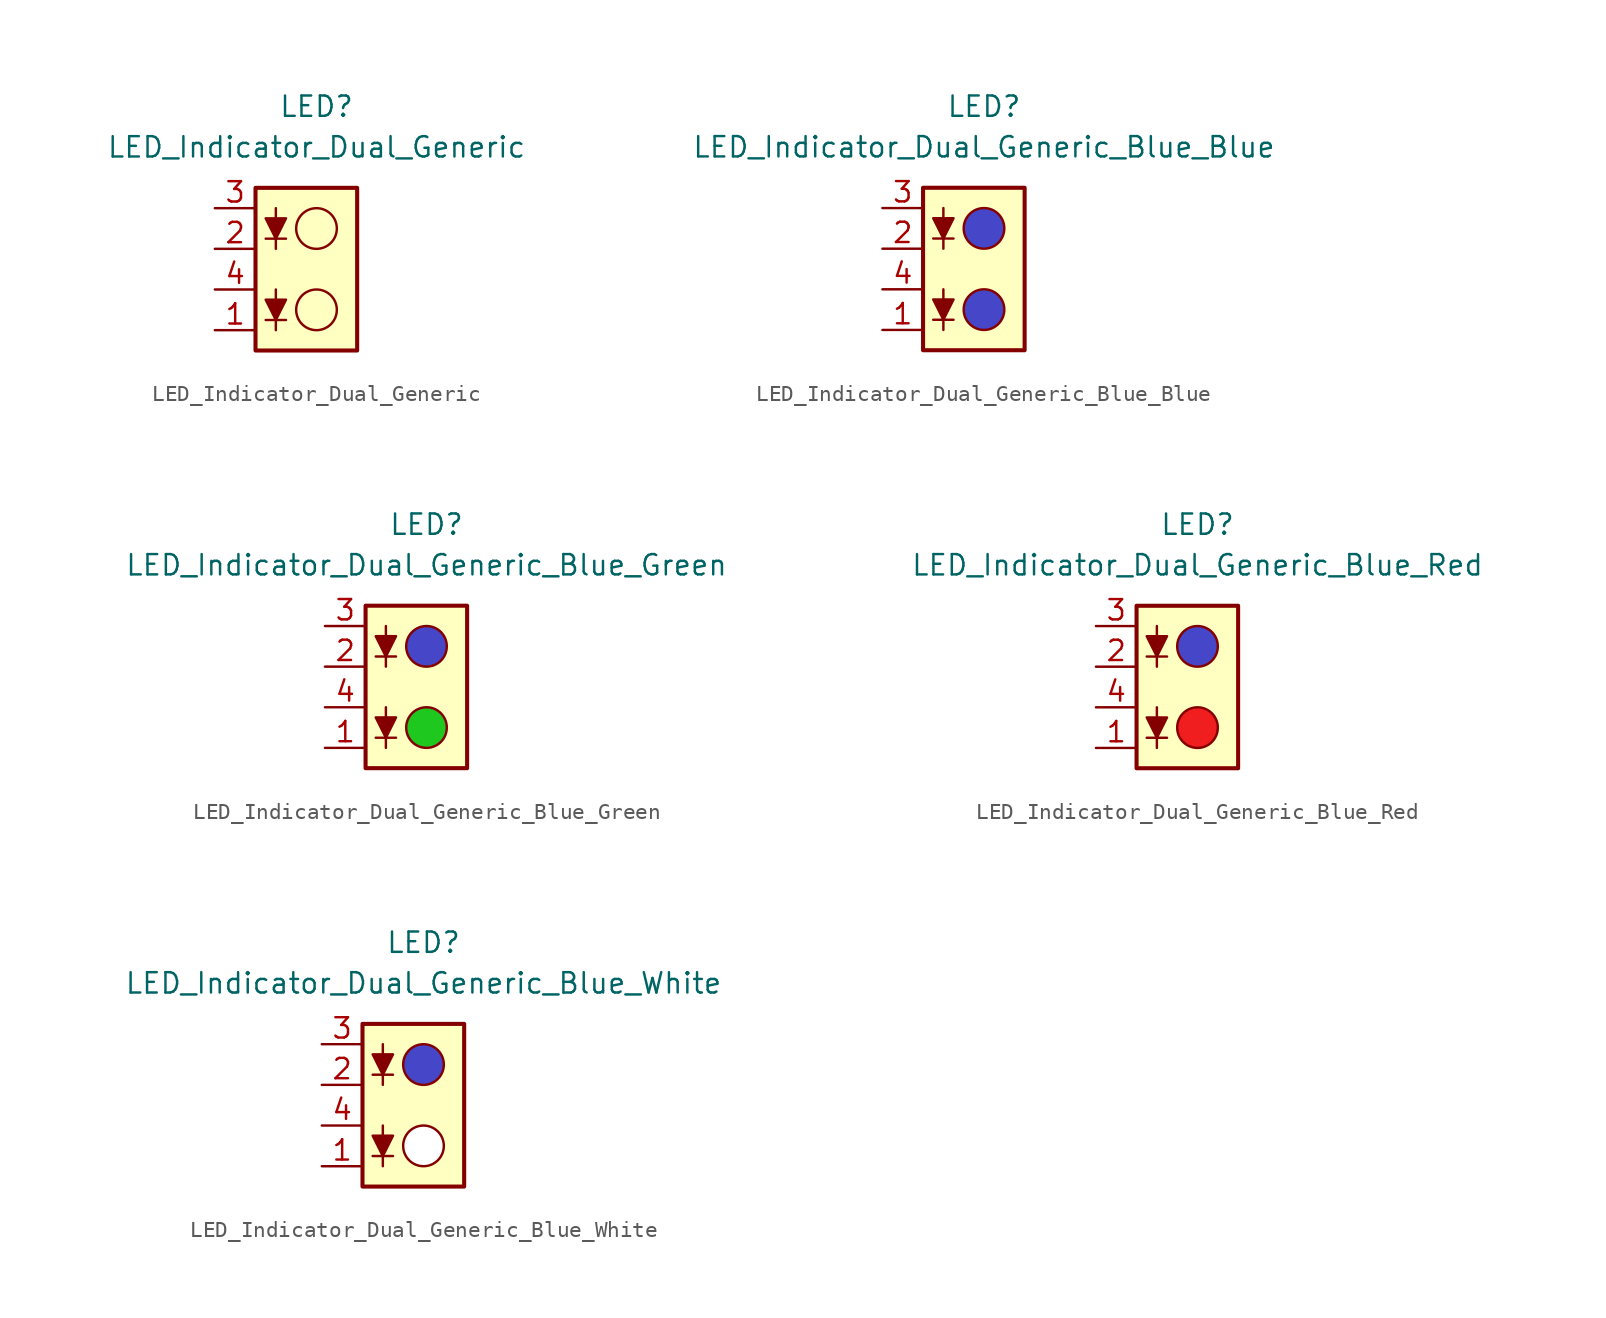
<source format=kicad_sym>
(kicad_symbol_lib
  (version 20231120)
  (generator "kicad_symbol_editor")
  (generator_version "8.0")
  (symbol "LED_Indicator_Dual_Generic"
    (pin_names
      (offset 1.016) hide)
    (property "Reference" "LED"
      (at 0 10.16 0)
      (effects (font (size 1.27 1.27))))
    (property "Value" "LED_Indicator_Dual_Generic"
      (at 0 7.62 0)
      (effects (font (size 1.27 1.27))))
    (symbol "LED_Indicator_Dual_Generic_0_1"
      (rectangle (start -3.81 5.08) (end 2.54 -5.08) (stroke (width 0.254) (type default)) (fill (type background)))
      (circle (center 0 -2.54) (radius 1.27) (stroke (width 0) (type default)) (fill (type none)))
      (polyline (pts (xy -3.175 -3.175) (xy -1.905 -3.175)) (stroke (width 0) (type default)) (fill (type none)))
      (polyline (pts (xy -3.175 1.905) (xy -1.905 1.905)) (stroke (width 0) (type default)) (fill (type none)))
      (polyline (pts (xy -2.54 -1.27) (xy -2.54 -3.81)) (stroke (width 0) (type default)) (fill (type none)))
      (polyline (pts (xy -2.54 3.81) (xy -2.54 1.27)) (stroke (width 0) (type default)) (fill (type none)))
      (polyline (pts (xy -2.54 -3.175) (xy -3.175 -1.905) (xy -1.905 -1.905) (xy -2.54 -3.175)) (stroke (width 0) (type default)) (fill (type outline)))
      (polyline (pts (xy -2.54 1.905) (xy -3.175 3.175) (xy -1.905 3.175) (xy -2.54 1.905)) (stroke (width 0) (type default)) (fill (type outline)))
      (circle (center 0 2.54) (radius 1.27) (stroke (width 0) (type default)) (fill (type none))))
    (symbol "LED_Indicator_Dual_Generic_1_1"
      (pin passive line (at -6.35 -3.81 0) (length 2.54) (name "K1" (effects (font (size 1.27 1.27)))) (number "1" (effects (font (size 1.27 1.27)))))
      (pin passive line (at -6.35 1.27 0) (length 2.54) (name "K2" (effects (font (size 1.27 1.27)))) (number "2" (effects (font (size 1.27 1.27)))))
      (pin passive line (at -6.35 3.81 0) (length 2.54) (name "A2" (effects (font (size 1.27 1.27)))) (number "3" (effects (font (size 1.27 1.27)))))
      (pin passive line (at -6.35 -1.27 0) (length 2.54) (name "A1" (effects (font (size 1.27 1.27)))) (number "4" (effects (font (size 1.27 1.27)))))))
  (symbol "LED_Indicator_Dual_Generic_Blue_Blue"
    (pin_names
      (offset 1.016) hide)
    (property "Reference" "LED"
      (at 0 10.16 0)
      (effects (font (size 1.27 1.27))))
    (property "Value" "LED_Indicator_Dual_Generic_Blue_Blue"
      (at 0 7.62 0)
      (effects (font (size 1.27 1.27))))
    (symbol "LED_Indicator_Dual_Generic_Blue_Blue_0_1"
      (rectangle (start -3.81 5.08) (end 2.54 -5.08) (stroke (width 0.254) (type default)) (fill (type background)))
      (circle (center 0 -2.54) (radius 1.27) (stroke (width 0) (type default)) (fill (type color) (color 70 70 200 1)))
      (polyline (pts (xy -3.175 -3.175) (xy -1.905 -3.175)) (stroke (width 0) (type default)) (fill (type none)))
      (polyline (pts (xy -3.175 1.905) (xy -1.905 1.905)) (stroke (width 0) (type default)) (fill (type none)))
      (polyline (pts (xy -2.54 -1.27) (xy -2.54 -3.81)) (stroke (width 0) (type default)) (fill (type none)))
      (polyline (pts (xy -2.54 3.81) (xy -2.54 1.27)) (stroke (width 0) (type default)) (fill (type none)))
      (polyline (pts (xy -2.54 -3.175) (xy -3.175 -1.905) (xy -1.905 -1.905) (xy -2.54 -3.175)) (stroke (width 0) (type default)) (fill (type outline)))
      (polyline (pts (xy -2.54 1.905) (xy -3.175 3.175) (xy -1.905 3.175) (xy -2.54 1.905)) (stroke (width 0) (type default)) (fill (type outline)))
      (circle (center 0 2.54) (radius 1.27) (stroke (width 0) (type default)) (fill (type color) (color 70 70 200 1))))
    (symbol "LED_Indicator_Dual_Generic_Blue_Blue_1_1"
      (pin passive line (at -6.35 -3.81 0) (length 2.54) (name "K1" (effects (font (size 1.27 1.27)))) (number "1" (effects (font (size 1.27 1.27)))))
      (pin passive line (at -6.35 1.27 0) (length 2.54) (name "K2" (effects (font (size 1.27 1.27)))) (number "2" (effects (font (size 1.27 1.27)))))
      (pin passive line (at -6.35 3.81 0) (length 2.54) (name "A2" (effects (font (size 1.27 1.27)))) (number "3" (effects (font (size 1.27 1.27)))))
      (pin passive line (at -6.35 -1.27 0) (length 2.54) (name "A1" (effects (font (size 1.27 1.27)))) (number "4" (effects (font (size 1.27 1.27)))))))
  (symbol "LED_Indicator_Dual_Generic_Blue_Green"
    (pin_names
      (offset 1.016) hide)
    (property "Reference" "LED"
      (at 0 10.16 0)
      (effects (font (size 1.27 1.27))))
    (property "Value" "LED_Indicator_Dual_Generic_Blue_Green"
      (at 0 7.62 0)
      (effects (font (size 1.27 1.27))))
    (symbol "LED_Indicator_Dual_Generic_Blue_Green_0_1"
      (rectangle (start -3.81 5.08) (end 2.54 -5.08) (stroke (width 0.254) (type default)) (fill (type background)))
      (circle (center 0 -2.54) (radius 1.27) (stroke (width 0) (type default)) (fill (type color) (color 30 200 30 1)))
      (polyline (pts (xy -3.175 -3.175) (xy -1.905 -3.175)) (stroke (width 0) (type default)) (fill (type none)))
      (polyline (pts (xy -3.175 1.905) (xy -1.905 1.905)) (stroke (width 0) (type default)) (fill (type none)))
      (polyline (pts (xy -2.54 -1.27) (xy -2.54 -3.81)) (stroke (width 0) (type default)) (fill (type none)))
      (polyline (pts (xy -2.54 3.81) (xy -2.54 1.27)) (stroke (width 0) (type default)) (fill (type none)))
      (polyline (pts (xy -2.54 -3.175) (xy -3.175 -1.905) (xy -1.905 -1.905) (xy -2.54 -3.175)) (stroke (width 0) (type default)) (fill (type outline)))
      (polyline (pts (xy -2.54 1.905) (xy -3.175 3.175) (xy -1.905 3.175) (xy -2.54 1.905)) (stroke (width 0) (type default)) (fill (type outline)))
      (circle (center 0 2.54) (radius 1.27) (stroke (width 0) (type default)) (fill (type color) (color 70 70 200 1))))
    (symbol "LED_Indicator_Dual_Generic_Blue_Green_1_1"
      (pin passive line (at -6.35 -3.81 0) (length 2.54) (name "K1" (effects (font (size 1.27 1.27)))) (number "1" (effects (font (size 1.27 1.27)))))
      (pin passive line (at -6.35 1.27 0) (length 2.54) (name "K2" (effects (font (size 1.27 1.27)))) (number "2" (effects (font (size 1.27 1.27)))))
      (pin passive line (at -6.35 3.81 0) (length 2.54) (name "A2" (effects (font (size 1.27 1.27)))) (number "3" (effects (font (size 1.27 1.27)))))
      (pin passive line (at -6.35 -1.27 0) (length 2.54) (name "A1" (effects (font (size 1.27 1.27)))) (number "4" (effects (font (size 1.27 1.27)))))))
  (symbol "LED_Indicator_Dual_Generic_Blue_Red"
    (pin_names
      (offset 1.016) hide)
    (property "Reference" "LED"
      (at 0 10.16 0)
      (effects (font (size 1.27 1.27))))
    (property "Value" "LED_Indicator_Dual_Generic_Blue_Red"
      (at 0 7.62 0)
      (effects (font (size 1.27 1.27))))
    (symbol "LED_Indicator_Dual_Generic_Blue_Red_0_1"
      (rectangle (start -3.81 5.08) (end 2.54 -5.08) (stroke (width 0.254) (type default)) (fill (type background)))
      (circle (center 0 -2.54) (radius 1.27) (stroke (width 0) (type default)) (fill (type color) (color 240 30 30 1)))
      (polyline (pts (xy -3.175 -3.175) (xy -1.905 -3.175)) (stroke (width 0) (type default)) (fill (type none)))
      (polyline (pts (xy -3.175 1.905) (xy -1.905 1.905)) (stroke (width 0) (type default)) (fill (type none)))
      (polyline (pts (xy -2.54 -1.27) (xy -2.54 -3.81)) (stroke (width 0) (type default)) (fill (type none)))
      (polyline (pts (xy -2.54 3.81) (xy -2.54 1.27)) (stroke (width 0) (type default)) (fill (type none)))
      (polyline (pts (xy -2.54 -3.175) (xy -3.175 -1.905) (xy -1.905 -1.905) (xy -2.54 -3.175)) (stroke (width 0) (type default)) (fill (type outline)))
      (polyline (pts (xy -2.54 1.905) (xy -3.175 3.175) (xy -1.905 3.175) (xy -2.54 1.905)) (stroke (width 0) (type default)) (fill (type outline)))
      (circle (center 0 2.54) (radius 1.27) (stroke (width 0) (type default)) (fill (type color) (color 70 70 200 1))))
    (symbol "LED_Indicator_Dual_Generic_Blue_Red_1_1"
      (pin passive line (at -6.35 -3.81 0) (length 2.54) (name "K1" (effects (font (size 1.27 1.27)))) (number "1" (effects (font (size 1.27 1.27)))))
      (pin passive line (at -6.35 1.27 0) (length 2.54) (name "K2" (effects (font (size 1.27 1.27)))) (number "2" (effects (font (size 1.27 1.27)))))
      (pin passive line (at -6.35 3.81 0) (length 2.54) (name "A2" (effects (font (size 1.27 1.27)))) (number "3" (effects (font (size 1.27 1.27)))))
      (pin passive line (at -6.35 -1.27 0) (length 2.54) (name "A1" (effects (font (size 1.27 1.27)))) (number "4" (effects (font (size 1.27 1.27)))))))
  (symbol "LED_Indicator_Dual_Generic_Blue_White"
    (pin_names
      (offset 1.016) hide)
    (property "Reference" "LED"
      (at 0 10.16 0)
      (effects (font (size 1.27 1.27))))
    (property "Value" "LED_Indicator_Dual_Generic_Blue_White"
      (at 0 7.62 0)
      (effects (font (size 1.27 1.27))))
    (symbol "LED_Indicator_Dual_Generic_Blue_White_0_1"
      (rectangle (start -3.81 5.08) (end 2.54 -5.08) (stroke (width 0.254) (type default)) (fill (type background)))
      (circle (center 0 -2.54) (radius 1.27) (stroke (width 0) (type default)) (fill (type color) (color 255 255 255 1)))
      (polyline (pts (xy -3.175 -3.175) (xy -1.905 -3.175)) (stroke (width 0) (type default)) (fill (type none)))
      (polyline (pts (xy -3.175 1.905) (xy -1.905 1.905)) (stroke (width 0) (type default)) (fill (type none)))
      (polyline (pts (xy -2.54 -1.27) (xy -2.54 -3.81)) (stroke (width 0) (type default)) (fill (type none)))
      (polyline (pts (xy -2.54 3.81) (xy -2.54 1.27)) (stroke (width 0) (type default)) (fill (type none)))
      (polyline (pts (xy -2.54 -3.175) (xy -3.175 -1.905) (xy -1.905 -1.905) (xy -2.54 -3.175)) (stroke (width 0) (type default)) (fill (type outline)))
      (polyline (pts (xy -2.54 1.905) (xy -3.175 3.175) (xy -1.905 3.175) (xy -2.54 1.905)) (stroke (width 0) (type default)) (fill (type outline)))
      (circle (center 0 2.54) (radius 1.27) (stroke (width 0) (type default)) (fill (type color) (color 70 70 200 1))))
    (symbol "LED_Indicator_Dual_Generic_Blue_White_1_1"
      (pin passive line (at -6.35 -3.81 0) (length 2.54) (name "K1" (effects (font (size 1.27 1.27)))) (number "1" (effects (font (size 1.27 1.27)))))
      (pin passive line (at -6.35 1.27 0) (length 2.54) (name "K2" (effects (font (size 1.27 1.27)))) (number "2" (effects (font (size 1.27 1.27)))))
      (pin passive line (at -6.35 3.81 0) (length 2.54) (name "A2" (effects (font (size 1.27 1.27)))) (number "3" (effects (font (size 1.27 1.27)))))
      (pin passive line (at -6.35 -1.27 0) (length 2.54) (name "A1" (effects (font (size 1.27 1.27)))) (number "4" (effects (font (size 1.27 1.27))))))))
</source>
